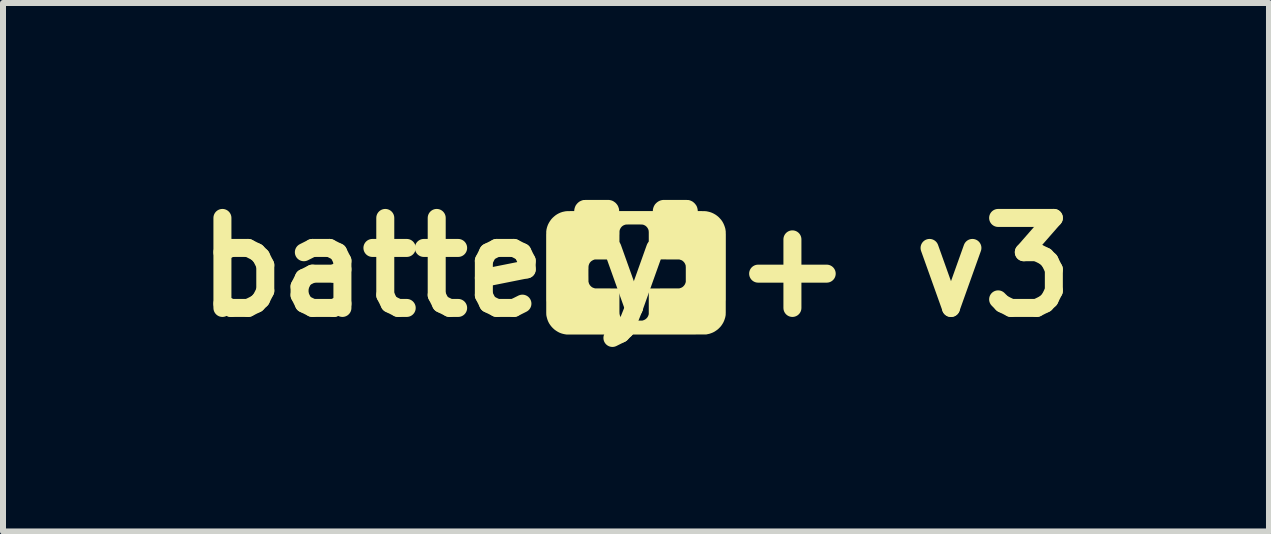
<source format=kicad_pcb>
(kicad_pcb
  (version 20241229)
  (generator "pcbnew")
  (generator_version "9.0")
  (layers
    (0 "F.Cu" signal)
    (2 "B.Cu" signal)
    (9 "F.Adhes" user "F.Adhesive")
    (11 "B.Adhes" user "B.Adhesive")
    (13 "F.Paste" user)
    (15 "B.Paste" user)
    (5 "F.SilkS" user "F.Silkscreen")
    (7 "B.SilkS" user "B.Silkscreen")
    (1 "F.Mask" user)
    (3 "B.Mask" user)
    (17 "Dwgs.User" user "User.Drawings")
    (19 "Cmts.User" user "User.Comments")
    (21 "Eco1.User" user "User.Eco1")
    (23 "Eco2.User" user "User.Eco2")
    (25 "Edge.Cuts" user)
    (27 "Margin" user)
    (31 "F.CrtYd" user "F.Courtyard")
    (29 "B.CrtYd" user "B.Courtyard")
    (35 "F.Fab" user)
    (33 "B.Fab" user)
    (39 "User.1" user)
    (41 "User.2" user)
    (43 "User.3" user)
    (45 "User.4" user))
  (footprint "battery + v3"
    (layer "F.Cu")
    (at 7.55 1.404)
    (property "Reference" "battery + v3" (at 0 0 0) (layer "F.SilkS") (effects (font (size 1.5 1.5) (thickness 0.3))))
    (attr board_only exclude_from_pos_files exclude_from_bom)
    (fp_poly (pts (xy 0.589 -1.122) (xy 0.617 -1.122) (xy 0.647 -1.122) (xy 0.664 -1.122) (xy 0.692 -1.122) (xy 0.717 -1.122) (xy 0.74 -1.122) (xy 0.761 -1.122) (xy 0.779 -1.122) (xy 0.795 -1.122) (xy 0.81 -1.122) (xy 0.822 -1.122) (xy 0.833 -1.122) (xy 0.842 -1.122) (xy 0.85 -1.121) (xy 0.857 -1.121) (xy 0.862 -1.121) (xy 0.867 -1.121) (xy 0.87 -1.121) (xy 0.873 -1.12) (xy 0.876 -1.12) (xy 0.878 -1.12) (xy 0.88 -1.12) (xy 0.881 -1.119) (xy 0.883 -1.119) (xy 0.905 -1.112) (xy 0.926 -1.103) (xy 0.946 -1.092) (xy 0.963 -1.078) (xy 0.977 -1.065) (xy 0.992 -1.047) (xy 1.005 -1.029) (xy 1.015 -1.009) (xy 1.022 -0.988) (xy 1.027 -0.965) (xy 1.029 -0.948) (xy 1.03 -0.936) (xy 1.094 -0.936) (xy 1.11 -0.935) (xy 1.125 -0.935) (xy 1.137 -0.935) (xy 1.147 -0.935) (xy 1.155 -0.934) (xy 1.162 -0.934) (xy 1.168 -0.933) (xy 1.173 -0.933) (xy 1.173 -0.933) (xy 1.206 -0.926) (xy 1.237 -0.918) (xy 1.267 -0.907) (xy 1.296 -0.893) (xy 1.324 -0.877) (xy 1.351 -0.858) (xy 1.357 -0.853) (xy 1.367 -0.845) (xy 1.377 -0.836) (xy 1.388 -0.825) (xy 1.399 -0.813) (xy 1.409 -0.802) (xy 1.418 -0.792) (xy 1.421 -0.788) (xy 1.44 -0.761) (xy 1.456 -0.732) (xy 1.469 -0.703) (xy 1.48 -0.673) (xy 1.489 -0.642) (xy 1.494 -0.61) (xy 1.496 -0.595) (xy 1.496 -0.593) (xy 1.496 -0.589) (xy 1.496 -0.583) (xy 1.496 -0.575) (xy 1.496 -0.566) (xy 1.497 -0.555) (xy 1.497 -0.542) (xy 1.497 -0.527) (xy 1.497 -0.51) (xy 1.497 -0.491) (xy 1.497 -0.469) (xy 1.497 -0.446) (xy 1.497 -0.421) (xy 1.497 -0.393) (xy 1.497 -0.363) (xy 1.497 -0.33) (xy 1.497 -0.296) (xy 1.497 -0.259) (xy 1.497 -0.219) (xy 1.497 -0.177) (xy 1.497 -0.132) (xy 1.497 -0.085) (xy 1.497 -0.035) (xy 1.497 0.017) (xy 1.497 0.073) (xy 1.497 0.105) (xy 1.497 0.157) (xy 1.497 0.207) (xy 1.497 0.254) (xy 1.497 0.298) (xy 1.497 0.34) (xy 1.497 0.379) (xy 1.497 0.416) (xy 1.497 0.451) (xy 1.497 0.484) (xy 1.497 0.514) (xy 1.497 0.543) (xy 1.496 0.569) (xy 1.496 0.594) (xy 1.496 0.616) (xy 1.496 0.637) (xy 1.496 0.657) (xy 1.496 0.674) (xy 1.496 0.69) (xy 1.496 0.705) (xy 1.496 0.718) (xy 1.496 0.73) (xy 1.496 0.741) (xy 1.496 0.75) (xy 1.496 0.759) (xy 1.496 0.766) (xy 1.495 0.772) (xy 1.495 0.778) (xy 1.495 0.783) (xy 1.495 0.787) (xy 1.495 0.79) (xy 1.495 0.793) (xy 1.495 0.796) (xy 1.495 0.798) (xy 1.494 0.799) (xy 1.494 0.8) (xy 1.494 0.801) (xy 1.488 0.833) (xy 1.479 0.863) (xy 1.469 0.891) (xy 1.457 0.918) (xy 1.442 0.944) (xy 1.425 0.97) (xy 1.417 0.979) (xy 1.411 0.988) (xy 1.403 0.997) (xy 1.393 1.007) (xy 1.384 1.016) (xy 1.374 1.026) (xy 1.365 1.034) (xy 1.359 1.039) (xy 1.334 1.057) (xy 1.308 1.074) (xy 1.281 1.088) (xy 1.253 1.099) (xy 1.224 1.109) (xy 1.192 1.116) (xy 1.176 1.119) (xy 1.175 1.12) (xy 1.173 1.12) (xy 1.172 1.12) (xy 1.17 1.12) (xy 1.168 1.12) (xy 1.165 1.12) (xy 1.162 1.12) (xy 1.159 1.12) (xy 1.154 1.121) (xy 1.149 1.121) (xy 1.143 1.121) (xy 1.137 1.121) (xy 1.13 1.121) (xy 1.121 1.121) (xy 1.112 1.121) (xy 1.102 1.121) (xy 1.09 1.121) (xy 1.078 1.121) (xy 1.064 1.121) (xy 1.049 1.121) (xy 1.033 1.121) (xy 1.016 1.121) (xy 0.997 1.121) (xy 0.976 1.122) (xy 0.954 1.122) (xy 0.931 1.122) (xy 0.905 1.122) (xy 0.878 1.122) (xy 0.85 1.122) (xy 0.819 1.122) (xy 0.787 1.122) (xy 0.753 1.122) (xy 0.716 1.122) (xy 0.678 1.122) (xy 0.638 1.122) (xy 0.595 1.122) (xy 0.55 1.122) (xy 0.503 1.122) (xy 0.454 1.122) (xy 0.402 1.122) (xy 0.348 1.122) (xy 0.291 1.122) (xy 0.232 1.122) (xy 0.17 1.122) (xy 0.106 1.122) (xy 0.039 1.122) (xy 0.006 1.122) (xy -0.051 1.122) (xy -0.107 1.122) (xy -0.162 1.122) (xy -0.217 1.122) (xy -0.271 1.122) (xy -0.324 1.122) (xy -0.375 1.122) (xy -0.426 1.122) (xy -0.476 1.122) (xy -0.524 1.122) (xy -0.571 1.122) (xy -0.617 1.122) (xy -0.662 1.122) (xy -0.704 1.122) (xy -0.746 1.122) (xy -0.786 1.122) (xy -0.824 1.122) (xy -0.86 1.122) (xy -0.895 1.122) (xy -0.928 1.122) (xy -0.958 1.122) (xy -0.987 1.122) (xy -1.014 1.122) (xy -1.039 1.122) (xy -1.061 1.122) (xy -1.081 1.122) (xy -1.099 1.122) (xy -1.115 1.122) (xy -1.128 1.122) (xy -1.138 1.122) (xy -1.146 1.122) (xy -1.151 1.122) (xy -1.154 1.122) (xy -1.154 1.122) (xy -1.187 1.117) (xy -1.219 1.11) (xy -1.249 1.101) (xy -1.279 1.089) (xy -1.307 1.074) (xy -1.334 1.057) (xy -1.36 1.038) (xy -1.384 1.016) (xy -1.391 1.009) (xy -1.412 0.986) (xy -1.431 0.961) (xy -1.448 0.935) (xy -1.462 0.908) (xy -1.474 0.879) (xy -1.483 0.849) (xy -1.491 0.817) (xy -1.494 0.801) (xy -1.494 0.8) (xy -1.494 0.798) (xy -1.495 0.796) (xy -1.495 0.794) (xy -1.495 0.792) (xy -1.495 0.788) (xy -1.495 0.785) (xy -1.495 0.78) (xy -1.495 0.775) (xy -1.496 0.769) (xy -1.496 0.762) (xy -1.496 0.754) (xy -1.496 0.745) (xy -1.496 0.735) (xy -1.496 0.723) (xy -1.496 0.711) (xy -1.496 0.697) (xy -1.496 0.681) (xy -1.496 0.664) (xy -1.496 0.646) (xy -1.496 0.626) (xy -1.496 0.604) (xy -1.496 0.58) (xy -1.497 0.554) (xy -1.497 0.527) (xy -1.497 0.497) (xy -1.497 0.466) (xy -1.497 0.432) (xy -1.497 0.396) (xy -1.497 0.357) (xy -1.497 0.316) (xy -1.497 0.273) (xy -1.497 0.227) (xy -1.497 0.179) (xy -1.497 0.127) (xy -1.497 0.105) (xy -1.497 0.073) (xy -0.793 0.073) (xy -0.793 0.096) (xy -0.793 0.121) (xy -0.793 0.122) (xy -0.792 0.242) (xy -0.788 0.255) (xy -0.783 0.273) (xy -0.775 0.288) (xy -0.766 0.302) (xy -0.754 0.315) (xy -0.741 0.327) (xy -0.728 0.336) (xy -0.712 0.343) (xy -0.695 0.349) (xy -0.695 0.349) (xy -0.681 0.353) (xy -0.479 0.353) (xy -0.276 0.354) (xy -0.276 0.555) (xy -0.276 0.585) (xy -0.276 0.613) (xy -0.276 0.639) (xy -0.276 0.663) (xy -0.276 0.685) (xy -0.276 0.704) (xy -0.276 0.722) (xy -0.276 0.737) (xy -0.276 0.749) (xy -0.275 0.759) (xy -0.275 0.766) (xy -0.275 0.771) (xy -0.275 0.772) (xy -0.272 0.789) (xy -0.268 0.805) (xy -0.262 0.819) (xy -0.253 0.833) (xy -0.242 0.847) (xy -0.23 0.859) (xy -0.216 0.87) (xy -0.201 0.878) (xy -0.191 0.882) (xy -0.187 0.883) (xy -0.184 0.884) (xy -0.181 0.885) (xy -0.178 0.886) (xy -0.175 0.887) (xy -0.171 0.887) (xy -0.166 0.888) (xy -0.161 0.888) (xy -0.154 0.889) (xy -0.147 0.889) (xy -0.138 0.889) (xy -0.127 0.889) (xy -0.115 0.889) (xy -0.101 0.889) (xy -0.084 0.889) (xy -0.066 0.889) (xy -0.045 0.889) (xy -0.027 0.889) (xy 0.107 0.889) (xy 0.12 0.885) (xy 0.138 0.878) (xy 0.155 0.869) (xy 0.17 0.857) (xy 0.183 0.844) (xy 0.194 0.829) (xy 0.203 0.812) (xy 0.209 0.794) (xy 0.213 0.782) (xy 0.213 0.568) (xy 0.213 0.354) (xy 0.466 0.353) (xy 0.719 0.353) (xy 0.733 0.349) (xy 0.749 0.344) (xy 0.764 0.337) (xy 0.777 0.329) (xy 0.789 0.318) (xy 0.79 0.318) (xy 0.802 0.304) (xy 0.813 0.289) (xy 0.821 0.272) (xy 0.827 0.255) (xy 0.83 0.242) (xy 0.83 0.111) (xy 0.83 0.089) (xy 0.83 0.069) (xy 0.83 0.052) (xy 0.83 0.037) (xy 0.83 0.024) (xy 0.83 0.013) (xy 0.83 0.004) (xy 0.83 -0.004) (xy 0.829 -0.01) (xy 0.829 -0.015) (xy 0.829 -0.02) (xy 0.829 -0.023) (xy 0.828 -0.025) (xy 0.828 -0.028) (xy 0.828 -0.029) (xy 0.828 -0.03) (xy 0.821 -0.049) (xy 0.813 -0.066) (xy 0.803 -0.081) (xy 0.79 -0.095) (xy 0.776 -0.107) (xy 0.767 -0.113) (xy 0.757 -0.118) (xy 0.745 -0.122) (xy 0.733 -0.126) (xy 0.722 -0.129) (xy 0.719 -0.129) (xy 0.716 -0.129) (xy 0.711 -0.129) (xy 0.702 -0.13) (xy 0.691 -0.13) (xy 0.678 -0.13) (xy 0.661 -0.13) (xy 0.642 -0.13) (xy 0.62 -0.13) (xy 0.595 -0.13) (xy 0.568 -0.13) (xy 0.538 -0.13) (xy 0.505 -0.13) (xy 0.469 -0.131) (xy 0.461 -0.131) (xy 0.213 -0.131) (xy 0.213 -0.364) (xy 0.213 -0.394) (xy 0.213 -0.421) (xy 0.213 -0.446) (xy 0.213 -0.468) (xy 0.213 -0.489) (xy 0.213 -0.507) (xy 0.213 -0.523) (xy 0.213 -0.537) (xy 0.213 -0.549) (xy 0.213 -0.56) (xy 0.213 -0.569) (xy 0.213 -0.577) (xy 0.213 -0.584) (xy 0.212 -0.589) (xy 0.212 -0.594) (xy 0.212 -0.598) (xy 0.212 -0.601) (xy 0.212 -0.604) (xy 0.211 -0.606) (xy 0.211 -0.608) (xy 0.211 -0.609) (xy 0.211 -0.61) (xy 0.206 -0.628) (xy 0.198 -0.645) (xy 0.188 -0.661) (xy 0.176 -0.675) (xy 0.163 -0.687) (xy 0.148 -0.697) (xy 0.132 -0.704) (xy 0.128 -0.706) (xy 0.125 -0.707) (xy 0.122 -0.708) (xy 0.118 -0.709) (xy 0.115 -0.71) (xy 0.111 -0.71) (xy 0.106 -0.711) (xy 0.101 -0.712) (xy 0.095 -0.712) (xy 0.087 -0.712) (xy 0.078 -0.712) (xy 0.067 -0.713) (xy 0.055 -0.713) (xy 0.041 -0.713) (xy 0.025 -0.713) (xy 0.006 -0.713) (xy -0.015 -0.713) (xy -0.031 -0.713) (xy -0.054 -0.713) (xy -0.074 -0.713) (xy -0.092 -0.713) (xy -0.108 -0.713) (xy -0.121 -0.713) (xy -0.132 -0.713) (xy -0.142 -0.712) (xy -0.15 -0.712) (xy -0.156 -0.712) (xy -0.161 -0.712) (xy -0.166 -0.712) (xy -0.169 -0.711) (xy -0.171 -0.711) (xy -0.172 -0.711) (xy -0.191 -0.705) (xy -0.208 -0.698) (xy -0.224 -0.688) (xy -0.238 -0.676) (xy -0.25 -0.662) (xy -0.26 -0.646) (xy -0.268 -0.629) (xy -0.273 -0.612) (xy -0.273 -0.61) (xy -0.274 -0.609) (xy -0.274 -0.606) (xy -0.274 -0.604) (xy -0.274 -0.601) (xy -0.275 -0.597) (xy -0.275 -0.592) (xy -0.275 -0.586) (xy -0.275 -0.58) (xy -0.275 -0.571) (xy -0.275 -0.562) (xy -0.275 -0.551) (xy -0.276 -0.538) (xy -0.276 -0.524) (xy -0.276 -0.507) (xy -0.276 -0.489) (xy -0.276 -0.468) (xy -0.276 -0.445) (xy -0.276 -0.42) (xy -0.276 -0.392) (xy -0.276 -0.366) (xy -0.277 -0.131) (xy -0.48 -0.13) (xy -0.684 -0.13) (xy -0.695 -0.127) (xy -0.713 -0.12) (xy -0.73 -0.111) (xy -0.745 -0.101) (xy -0.759 -0.088) (xy -0.77 -0.074) (xy -0.778 -0.06) (xy -0.784 -0.045) (xy -0.789 -0.029) (xy -0.791 -0.013) (xy -0.792 -0.008) (xy -0.792 -0.001) (xy -0.792 0.008) (xy -0.792 0.021) (xy -0.793 0.035) (xy -0.793 0.053) (xy -0.793 0.073) (xy -1.497 0.073) (xy -1.497 0.048) (xy -1.497 -0.006) (xy -1.497 -0.058) (xy -1.497 -0.106) (xy -1.497 -0.152) (xy -1.497 -0.196) (xy -1.497 -0.237) (xy -1.497 -0.275) (xy -1.497 -0.311) (xy -1.497 -0.345) (xy -1.497 -0.376) (xy -1.497 -0.405) (xy -1.497 -0.432) (xy -1.497 -0.456) (xy -1.497 -0.479) (xy -1.497 -0.499) (xy -1.497 -0.517) (xy -1.497 -0.533) (xy -1.497 -0.547) (xy -1.496 -0.56) (xy -1.496 -0.57) (xy -1.496 -0.579) (xy -1.496 -0.585) (xy -1.496 -0.59) (xy -1.496 -0.594) (xy -1.496 -0.595) (xy -1.492 -0.627) (xy -1.485 -0.658) (xy -1.475 -0.689) (xy -1.463 -0.718) (xy -1.448 -0.746) (xy -1.431 -0.773) (xy -1.412 -0.799) (xy -1.39 -0.823) (xy -1.389 -0.824) (xy -1.365 -0.846) (xy -1.339 -0.867) (xy -1.313 -0.884) (xy -1.285 -0.899) (xy -1.255 -0.912) (xy -1.225 -0.922) (xy -1.193 -0.929) (xy -1.173 -0.933) (xy -1.168 -0.933) (xy -1.162 -0.934) (xy -1.156 -0.934) (xy -1.147 -0.935) (xy -1.137 -0.935) (xy -1.126 -0.935) (xy -1.112 -0.935) (xy -1.095 -0.936) (xy -1.094 -0.936) (xy -1.03 -0.936) (xy -1.029 -0.948) (xy -1.026 -0.971) (xy -1.02 -0.993) (xy -1.012 -1.014) (xy -1.002 -1.034) (xy -0.988 -1.052) (xy -0.977 -1.065) (xy -0.961 -1.08) (xy -0.943 -1.094) (xy -0.923 -1.104) (xy -0.902 -1.113) (xy -0.883 -1.119) (xy -0.881 -1.119) (xy -0.879 -1.12) (xy -0.878 -1.12) (xy -0.875 -1.12) (xy -0.873 -1.12) (xy -0.87 -1.121) (xy -0.866 -1.121) (xy -0.861 -1.121) (xy -0.856 -1.121) (xy -0.849 -1.121) (xy -0.841 -1.122) (xy -0.832 -1.122) (xy -0.821 -1.122) (xy -0.808 -1.122) (xy -0.794 -1.122) (xy -0.777 -1.122) (xy -0.759 -1.122) (xy -0.738 -1.122) (xy -0.714 -1.122) (xy -0.689 -1.122) (xy -0.664 -1.122) (xy -0.632 -1.122) (xy -0.604 -1.122) (xy -0.577 -1.122) (xy -0.554 -1.122) (xy -0.533 -1.122) (xy -0.514 -1.122) (xy -0.498 -1.122) (xy -0.484 -1.122) (xy -0.472 -1.122) (xy -0.463 -1.122) (xy -0.455 -1.122) (xy -0.449 -1.122) (xy -0.445 -1.121) (xy -0.444 -1.121) (xy -0.422 -1.117) (xy -0.401 -1.111) (xy -0.381 -1.102) (xy -0.363 -1.09) (xy -0.345 -1.077) (xy -0.33 -1.062) (xy -0.316 -1.045) (xy -0.304 -1.027) (xy -0.295 -1.007) (xy -0.288 -0.987) (xy -0.285 -0.978) (xy -0.283 -0.968) (xy -0.282 -0.958) (xy -0.281 -0.95) (xy -0.281 -0.944) (xy -0.281 -0.936) (xy 0 -0.936) (xy 0.281 -0.936) (xy 0.281 -0.944) (xy 0.281 -0.956) (xy 0.284 -0.97) (xy 0.287 -0.985) (xy 0.292 -0.999) (xy 0.296 -1.01) (xy 0.306 -1.03) (xy 0.318 -1.049) (xy 0.333 -1.065) (xy 0.349 -1.08) (xy 0.367 -1.093) (xy 0.386 -1.104) (xy 0.406 -1.112) (xy 0.427 -1.118) (xy 0.444 -1.121) (xy 0.447 -1.121) (xy 0.451 -1.122) (xy 0.458 -1.122) (xy 0.467 -1.122) (xy 0.478 -1.122) (xy 0.49 -1.122) (xy 0.505 -1.122) (xy 0.523 -1.122) (xy 0.542 -1.122) (xy 0.565 -1.122)) (stroke (width 0) (type solid)) (fill yes) (layer "F.SilkS")))
  (gr_rect
    (start -3 -3)
    (end 18.1 5.808)
    (stroke (width 0.1) (type default))
    (fill no)
    (layer "Edge.Cuts")))
</source>
